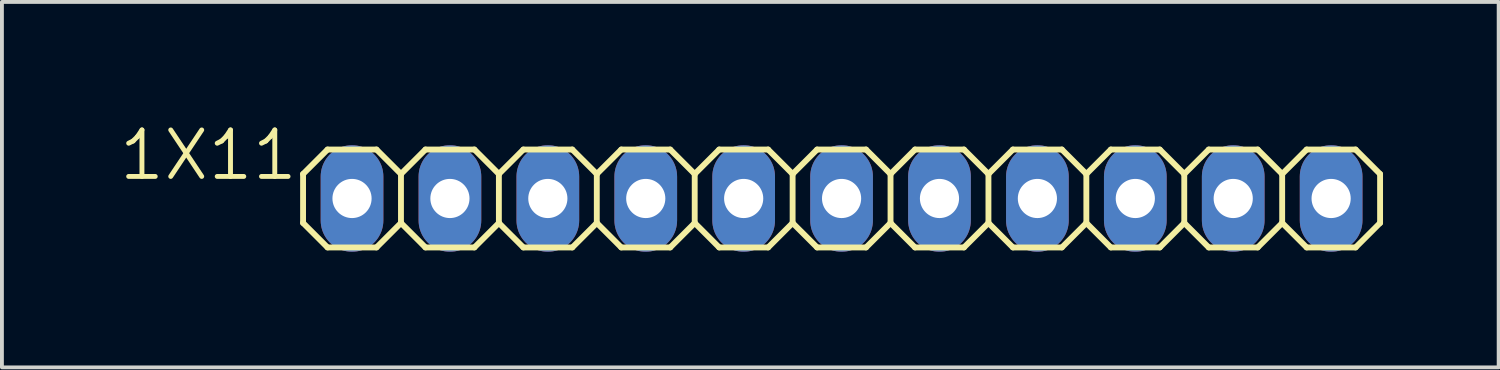
<source format=kicad_pcb>
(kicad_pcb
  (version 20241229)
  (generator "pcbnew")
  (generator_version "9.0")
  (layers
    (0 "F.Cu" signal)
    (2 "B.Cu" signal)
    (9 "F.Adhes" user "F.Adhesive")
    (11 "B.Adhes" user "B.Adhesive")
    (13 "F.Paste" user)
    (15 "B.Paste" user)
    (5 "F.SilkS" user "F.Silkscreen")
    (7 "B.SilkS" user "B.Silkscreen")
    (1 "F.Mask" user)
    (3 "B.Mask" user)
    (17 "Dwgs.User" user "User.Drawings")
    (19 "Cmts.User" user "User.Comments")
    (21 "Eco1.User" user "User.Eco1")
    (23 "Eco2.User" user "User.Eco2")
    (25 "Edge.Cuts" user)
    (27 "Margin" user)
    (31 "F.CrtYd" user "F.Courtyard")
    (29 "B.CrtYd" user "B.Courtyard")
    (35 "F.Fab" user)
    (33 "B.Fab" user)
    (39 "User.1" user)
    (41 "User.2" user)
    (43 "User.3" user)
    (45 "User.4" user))
  (footprint "1X11"
    (layer "F.Cu")
    (at 18.782 2.099)
    (property "Reference" "1X11" (at -14.046 -1.829 0) (layer "F.SilkS") (effects (font (size 1.206 1.206) (thickness 0.127)) (justify right top)))
    (attr through_hole)
    (fp_line (start -13.97 -0.635) (end -13.97 0.635) (stroke (width 0.152) (type solid)) (layer "F.SilkS"))
    (fp_line (start -13.97 0.635) (end -13.335 1.27) (stroke (width 0.152) (type solid)) (layer "F.SilkS"))
    (fp_line (start -13.335 -1.27) (end -13.97 -0.635) (stroke (width 0.152) (type solid)) (layer "F.SilkS"))
    (fp_line (start -13.335 -1.27) (end -12.065 -1.27) (stroke (width 0.152) (type solid)) (layer "F.SilkS"))
    (fp_line (start -12.065 -1.27) (end -11.43 -0.635) (stroke (width 0.152) (type solid)) (layer "F.SilkS"))
    (fp_line (start -12.065 1.27) (end -13.335 1.27) (stroke (width 0.152) (type solid)) (layer "F.SilkS"))
    (fp_line (start -11.43 -0.635) (end -11.43 0.635) (stroke (width 0.152) (type solid)) (layer "F.SilkS"))
    (fp_line (start -11.43 -0.635) (end -10.795 -1.27) (stroke (width 0.152) (type solid)) (layer "F.SilkS"))
    (fp_line (start -11.43 0.635) (end -12.065 1.27) (stroke (width 0.152) (type solid)) (layer "F.SilkS"))
    (fp_line (start -10.795 -1.27) (end -9.525 -1.27) (stroke (width 0.152) (type solid)) (layer "F.SilkS"))
    (fp_line (start -10.795 1.27) (end -11.43 0.635) (stroke (width 0.152) (type solid)) (layer "F.SilkS"))
    (fp_line (start -9.525 -1.27) (end -8.89 -0.635) (stroke (width 0.152) (type solid)) (layer "F.SilkS"))
    (fp_line (start -9.525 1.27) (end -10.795 1.27) (stroke (width 0.152) (type solid)) (layer "F.SilkS"))
    (fp_line (start -8.89 -0.635) (end -8.89 0.635) (stroke (width 0.152) (type solid)) (layer "F.SilkS"))
    (fp_line (start -8.89 -0.635) (end -8.255 -1.27) (stroke (width 0.152) (type solid)) (layer "F.SilkS"))
    (fp_line (start -8.89 0.635) (end -9.525 1.27) (stroke (width 0.152) (type solid)) (layer "F.SilkS"))
    (fp_line (start -8.255 -1.27) (end -6.985 -1.27) (stroke (width 0.152) (type solid)) (layer "F.SilkS"))
    (fp_line (start -8.255 1.27) (end -8.89 0.635) (stroke (width 0.152) (type solid)) (layer "F.SilkS"))
    (fp_line (start -6.985 -1.27) (end -6.35 -0.635) (stroke (width 0.152) (type solid)) (layer "F.SilkS"))
    (fp_line (start -6.985 1.27) (end -8.255 1.27) (stroke (width 0.152) (type solid)) (layer "F.SilkS"))
    (fp_line (start -6.35 -0.635) (end -6.35 0.635) (stroke (width 0.152) (type solid)) (layer "F.SilkS"))
    (fp_line (start -6.35 0.635) (end -6.985 1.27) (stroke (width 0.152) (type solid)) (layer "F.SilkS"))
    (fp_line (start -6.35 0.635) (end -5.715 1.27) (stroke (width 0.152) (type solid)) (layer "F.SilkS"))
    (fp_line (start -5.715 -1.27) (end -6.35 -0.635) (stroke (width 0.152) (type solid)) (layer "F.SilkS"))
    (fp_line (start -5.715 -1.27) (end -4.445 -1.27) (stroke (width 0.152) (type solid)) (layer "F.SilkS"))
    (fp_line (start -4.445 -1.27) (end -3.81 -0.635) (stroke (width 0.152) (type solid)) (layer "F.SilkS"))
    (fp_line (start -4.445 1.27) (end -5.715 1.27) (stroke (width 0.152) (type solid)) (layer "F.SilkS"))
    (fp_line (start -3.81 -0.635) (end -3.81 0.635) (stroke (width 0.152) (type solid)) (layer "F.SilkS"))
    (fp_line (start -3.81 -0.635) (end -3.175 -1.27) (stroke (width 0.152) (type solid)) (layer "F.SilkS"))
    (fp_line (start -3.81 0.635) (end -4.445 1.27) (stroke (width 0.152) (type solid)) (layer "F.SilkS"))
    (fp_line (start -3.175 -1.27) (end -1.905 -1.27) (stroke (width 0.152) (type solid)) (layer "F.SilkS"))
    (fp_line (start -3.175 1.27) (end -3.81 0.635) (stroke (width 0.152) (type solid)) (layer "F.SilkS"))
    (fp_line (start -1.905 -1.27) (end -1.27 -0.635) (stroke (width 0.152) (type solid)) (layer "F.SilkS"))
    (fp_line (start -1.905 1.27) (end -3.175 1.27) (stroke (width 0.152) (type solid)) (layer "F.SilkS"))
    (fp_line (start -1.27 -0.635) (end -1.27 0.635) (stroke (width 0.152) (type solid)) (layer "F.SilkS"))
    (fp_line (start -1.27 -0.635) (end -0.635 -1.27) (stroke (width 0.152) (type solid)) (layer "F.SilkS"))
    (fp_line (start -1.27 0.635) (end -1.905 1.27) (stroke (width 0.152) (type solid)) (layer "F.SilkS"))
    (fp_line (start -0.635 -1.27) (end 0.635 -1.27) (stroke (width 0.152) (type solid)) (layer "F.SilkS"))
    (fp_line (start -0.635 1.27) (end -1.27 0.635) (stroke (width 0.152) (type solid)) (layer "F.SilkS"))
    (fp_line (start 0.635 -1.27) (end 1.27 -0.635) (stroke (width 0.152) (type solid)) (layer "F.SilkS"))
    (fp_line (start 0.635 1.27) (end -0.635 1.27) (stroke (width 0.152) (type solid)) (layer "F.SilkS"))
    (fp_line (start 1.27 -0.635) (end 1.27 0.635) (stroke (width 0.152) (type solid)) (layer "F.SilkS"))
    (fp_line (start 1.27 0.635) (end 0.635 1.27) (stroke (width 0.152) (type solid)) (layer "F.SilkS"))
    (fp_line (start 1.27 0.635) (end 1.905 1.27) (stroke (width 0.152) (type solid)) (layer "F.SilkS"))
    (fp_line (start 1.905 -1.27) (end 1.27 -0.635) (stroke (width 0.152) (type solid)) (layer "F.SilkS"))
    (fp_line (start 1.905 -1.27) (end 3.175 -1.27) (stroke (width 0.152) (type solid)) (layer "F.SilkS"))
    (fp_line (start 3.175 -1.27) (end 3.81 -0.635) (stroke (width 0.152) (type solid)) (layer "F.SilkS"))
    (fp_line (start 3.175 1.27) (end 1.905 1.27) (stroke (width 0.152) (type solid)) (layer "F.SilkS"))
    (fp_line (start 3.81 -0.635) (end 3.81 0.635) (stroke (width 0.152) (type solid)) (layer "F.SilkS"))
    (fp_line (start 3.81 -0.635) (end 4.445 -1.27) (stroke (width 0.152) (type solid)) (layer "F.SilkS"))
    (fp_line (start 3.81 0.635) (end 3.175 1.27) (stroke (width 0.152) (type solid)) (layer "F.SilkS"))
    (fp_line (start 4.445 -1.27) (end 5.715 -1.27) (stroke (width 0.152) (type solid)) (layer "F.SilkS"))
    (fp_line (start 4.445 1.27) (end 3.81 0.635) (stroke (width 0.152) (type solid)) (layer "F.SilkS"))
    (fp_line (start 5.715 -1.27) (end 6.35 -0.635) (stroke (width 0.152) (type solid)) (layer "F.SilkS"))
    (fp_line (start 5.715 1.27) (end 4.445 1.27) (stroke (width 0.152) (type solid)) (layer "F.SilkS"))
    (fp_line (start 6.35 -0.635) (end 6.35 0.635) (stroke (width 0.152) (type solid)) (layer "F.SilkS"))
    (fp_line (start 6.35 -0.635) (end 6.985 -1.27) (stroke (width 0.152) (type solid)) (layer "F.SilkS"))
    (fp_line (start 6.35 0.635) (end 5.715 1.27) (stroke (width 0.152) (type solid)) (layer "F.SilkS"))
    (fp_line (start 6.985 -1.27) (end 8.255 -1.27) (stroke (width 0.152) (type solid)) (layer "F.SilkS"))
    (fp_line (start 6.985 1.27) (end 6.35 0.635) (stroke (width 0.152) (type solid)) (layer "F.SilkS"))
    (fp_line (start 8.255 -1.27) (end 8.89 -0.635) (stroke (width 0.152) (type solid)) (layer "F.SilkS"))
    (fp_line (start 8.255 1.27) (end 6.985 1.27) (stroke (width 0.152) (type solid)) (layer "F.SilkS"))
    (fp_line (start 8.89 -0.635) (end 8.89 0.635) (stroke (width 0.152) (type solid)) (layer "F.SilkS"))
    (fp_line (start 8.89 0.635) (end 8.255 1.27) (stroke (width 0.152) (type solid)) (layer "F.SilkS"))
    (fp_line (start 8.89 0.635) (end 9.525 1.27) (stroke (width 0.152) (type solid)) (layer "F.SilkS"))
    (fp_line (start 9.525 -1.27) (end 8.89 -0.635) (stroke (width 0.152) (type solid)) (layer "F.SilkS"))
    (fp_line (start 9.525 -1.27) (end 10.795 -1.27) (stroke (width 0.152) (type solid)) (layer "F.SilkS"))
    (fp_line (start 10.795 -1.27) (end 11.43 -0.635) (stroke (width 0.152) (type solid)) (layer "F.SilkS"))
    (fp_line (start 10.795 1.27) (end 9.525 1.27) (stroke (width 0.152) (type solid)) (layer "F.SilkS"))
    (fp_line (start 11.43 -0.635) (end 11.43 0.635) (stroke (width 0.152) (type solid)) (layer "F.SilkS"))
    (fp_line (start 11.43 0.635) (end 10.795 1.27) (stroke (width 0.152) (type solid)) (layer "F.SilkS"))
    (fp_line (start 11.43 0.635) (end 12.065 1.27) (stroke (width 0.152) (type solid)) (layer "F.SilkS"))
    (fp_line (start 12.065 -1.27) (end 11.43 -0.635) (stroke (width 0.152) (type solid)) (layer "F.SilkS"))
    (fp_line (start 12.065 -1.27) (end 13.335 -1.27) (stroke (width 0.152) (type solid)) (layer "F.SilkS"))
    (fp_line (start 13.335 -1.27) (end 13.97 -0.635) (stroke (width 0.152) (type solid)) (layer "F.SilkS"))
    (fp_line (start 13.335 1.27) (end 12.065 1.27) (stroke (width 0.152) (type solid)) (layer "F.SilkS"))
    (fp_line (start 13.97 -0.635) (end 13.97 0.635) (stroke (width 0.152) (type solid)) (layer "F.SilkS"))
    (fp_line (start 13.97 0.635) (end 13.335 1.27) (stroke (width 0.152) (type solid)) (layer "F.SilkS"))
    (fp_poly (pts (xy -12.954 0.254) (xy -12.446 0.254) (xy -12.446 -0.254) (xy -12.954 -0.254)) (stroke (width 0.1) (type solid)) (fill no) (layer "F.Fab"))
    (fp_poly (pts (xy -10.414 0.254) (xy -9.906 0.254) (xy -9.906 -0.254) (xy -10.414 -0.254)) (stroke (width 0.1) (type solid)) (fill no) (layer "F.Fab"))
    (fp_poly (pts (xy -7.874 0.254) (xy -7.366 0.254) (xy -7.366 -0.254) (xy -7.874 -0.254)) (stroke (width 0.1) (type solid)) (fill no) (layer "F.Fab"))
    (fp_poly (pts (xy -5.334 0.254) (xy -4.826 0.254) (xy -4.826 -0.254) (xy -5.334 -0.254)) (stroke (width 0.1) (type solid)) (fill no) (layer "F.Fab"))
    (fp_poly (pts (xy -2.794 0.254) (xy -2.286 0.254) (xy -2.286 -0.254) (xy -2.794 -0.254)) (stroke (width 0.1) (type solid)) (fill no) (layer "F.Fab"))
    (fp_poly (pts (xy -0.254 0.254) (xy 0.254 0.254) (xy 0.254 -0.254) (xy -0.254 -0.254)) (stroke (width 0.1) (type solid)) (fill no) (layer "F.Fab"))
    (fp_poly (pts (xy 2.286 0.254) (xy 2.794 0.254) (xy 2.794 -0.254) (xy 2.286 -0.254)) (stroke (width 0.1) (type solid)) (fill no) (layer "F.Fab"))
    (fp_poly (pts (xy 4.826 0.254) (xy 5.334 0.254) (xy 5.334 -0.254) (xy 4.826 -0.254)) (stroke (width 0.1) (type solid)) (fill no) (layer "F.Fab"))
    (fp_poly (pts (xy 7.366 0.254) (xy 7.874 0.254) (xy 7.874 -0.254) (xy 7.366 -0.254)) (stroke (width 0.1) (type solid)) (fill no) (layer "F.Fab"))
    (fp_poly (pts (xy 9.906 0.254) (xy 10.414 0.254) (xy 10.414 -0.254) (xy 9.906 -0.254)) (stroke (width 0.1) (type solid)) (fill no) (layer "F.Fab"))
    (fp_poly (pts (xy 12.446 0.254) (xy 12.954 0.254) (xy 12.954 -0.254) (xy 12.446 -0.254)) (stroke (width 0.1) (type solid)) (fill no) (layer "F.Fab"))
    (pad "1" thru_hole oval (at -12.7 0 90) (size 2.764 1.626) (drill 1.016) (layers "*.Cu" "*.Mask"))
    (pad "2" thru_hole oval (at -10.16 0 90) (size 2.764 1.626) (drill 1.016) (layers "*.Cu" "*.Mask"))
    (pad "3" thru_hole oval (at -7.62 0 90) (size 2.764 1.626) (drill 1.016) (layers "*.Cu" "*.Mask"))
    (pad "4" thru_hole oval (at -5.08 0 90) (size 2.764 1.626) (drill 1.016) (layers "*.Cu" "*.Mask"))
    (pad "5" thru_hole oval (at -2.54 0 90) (size 2.764 1.626) (drill 1.016) (layers "*.Cu" "*.Mask"))
    (pad "6" thru_hole oval (at 0 0 90) (size 2.764 1.626) (drill 1.016) (layers "*.Cu" "*.Mask"))
    (pad "7" thru_hole oval (at 2.54 0 90) (size 2.764 1.626) (drill 1.016) (layers "*.Cu" "*.Mask"))
    (pad "8" thru_hole oval (at 5.08 0 90) (size 2.764 1.626) (drill 1.016) (layers "*.Cu" "*.Mask"))
    (pad "9" thru_hole oval (at 7.62 0 90) (size 2.764 1.626) (drill 1.016) (layers "*.Cu" "*.Mask"))
    (pad "10" thru_hole oval (at 10.16 0 90) (size 2.764 1.626) (drill 1.016) (layers "*.Cu" "*.Mask"))
    (pad "11" thru_hole oval (at 12.7 0 90) (size 2.764 1.626) (drill 1.016) (layers "*.Cu" "*.Mask")))
  (gr_rect
    (start -3 -3)
    (end 35.828 6.48)
    (stroke (width 0.1) (type default))
    (fill no)
    (layer "Edge.Cuts")))
</source>
